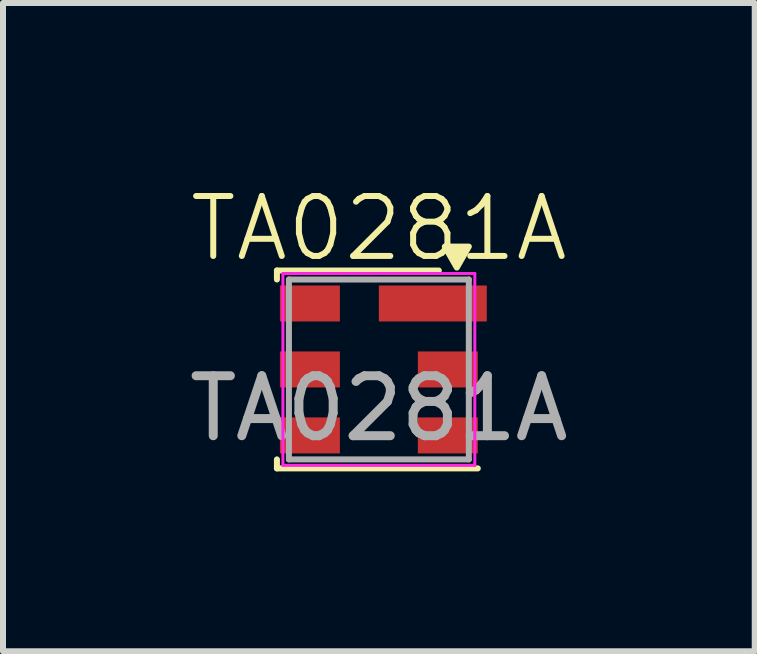
<source format=kicad_pcb>
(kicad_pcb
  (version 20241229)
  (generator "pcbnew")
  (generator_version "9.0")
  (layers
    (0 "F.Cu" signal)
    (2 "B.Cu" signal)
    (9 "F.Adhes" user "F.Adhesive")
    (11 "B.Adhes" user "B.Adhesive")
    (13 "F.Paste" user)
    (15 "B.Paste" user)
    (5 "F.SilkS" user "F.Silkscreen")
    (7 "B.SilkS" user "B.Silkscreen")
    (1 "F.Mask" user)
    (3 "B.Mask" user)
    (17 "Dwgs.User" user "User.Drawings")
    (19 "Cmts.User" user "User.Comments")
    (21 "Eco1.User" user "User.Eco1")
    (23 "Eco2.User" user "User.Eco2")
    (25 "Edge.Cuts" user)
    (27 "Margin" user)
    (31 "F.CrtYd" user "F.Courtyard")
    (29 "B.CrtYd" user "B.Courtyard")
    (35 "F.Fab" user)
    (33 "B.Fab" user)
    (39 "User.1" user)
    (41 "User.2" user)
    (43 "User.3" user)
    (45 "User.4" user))
  (footprint "TA0281A"
    (layer "F.Cu")
    (at 3.268 3.111)
    (property "Reference" "TA0281A" (at 0 -2.35 0) (unlocked yes) (layer "F.SilkS") (effects (font (size 1 1) (thickness 0.1))))
    (attr smd)
    (fp_line (start -1.7 -1.65) (end -1.7 -1.5) (stroke (width 0.1) (type default)) (layer "F.SilkS"))
    (fp_line (start -1.7 1.5) (end -1.7 1.65) (stroke (width 0.1) (type default)) (layer "F.SilkS"))
    (fp_line (start -1.7 1.65) (end 1.65 1.65) (stroke (width 0.1) (type default)) (layer "F.SilkS"))
    (fp_line (start 1 -1.65) (end -1.7 -1.65) (stroke (width 0.1) (type default)) (layer "F.SilkS"))
    (fp_poly (pts (xy 1.3 -1.699) (xy 1.1 -2.049) (xy 1.5 -2.049)) (stroke (width 0.1) (type solid)) (fill yes) (layer "F.SilkS"))
    (fp_line (start -1.6 -1.6) (end -1.6 1.6) (stroke (width 0.05) (type default)) (layer "F.CrtYd"))
    (fp_line (start -1.6 1.6) (end 1.6 1.6) (stroke (width 0.05) (type default)) (layer "F.CrtYd"))
    (fp_line (start 1.6 -1.6) (end -1.6 -1.6) (stroke (width 0.05) (type default)) (layer "F.CrtYd"))
    (fp_line (start 1.6 1.6) (end 1.6 -1.6) (stroke (width 0.05) (type default)) (layer "F.CrtYd"))
    (fp_line (start -1.5 -1.5) (end 1.5 -1.5) (stroke (width 0.1) (type default)) (layer "F.Fab"))
    (fp_line (start -1.5 1.5) (end -1.5 -1.5) (stroke (width 0.1) (type default)) (layer "F.Fab"))
    (fp_line (start 1.5 -1.5) (end 1.5 1.5) (stroke (width 0.1) (type default)) (layer "F.Fab"))
    (fp_line (start 1.5 1.5) (end -1.5 1.5) (stroke (width 0.1) (type default)) (layer "F.Fab"))
    (fp_text user "${REFERENCE}" (at 0 0.65 0) (unlocked yes) (layer "F.Fab") (effects (font (size 1 1) (thickness 0.15))))
    (pad "A" smd rect (at 0.9 -1.1) (size 1.8 0.6) (layers "F.Cu" "F.Mask" "F.Paste"))
    (pad "B" smd rect (at 1.15 0) (size 1 0.6) (layers "F.Cu" "F.Mask" "F.Paste"))
    (pad "C" smd rect (at 1.15 1.1) (size 1 0.6) (layers "F.Cu" "F.Mask" "F.Paste"))
    (pad "D" smd rect (at -1.15 1.1) (size 1 0.6) (layers "F.Cu" "F.Mask" "F.Paste"))
    (pad "E" smd rect (at -1.15 0) (size 1 0.6) (layers "F.Cu" "F.Mask" "F.Paste"))
    (pad "F" smd rect (at -1.15 -1.1) (size 1 0.6) (layers "F.Cu" "F.Mask" "F.Paste")))
  (gr_rect
    (start -3 -3)
    (end 9.536 7.811)
    (stroke (width 0.1) (type default))
    (fill no)
    (layer "Edge.Cuts")))
</source>
